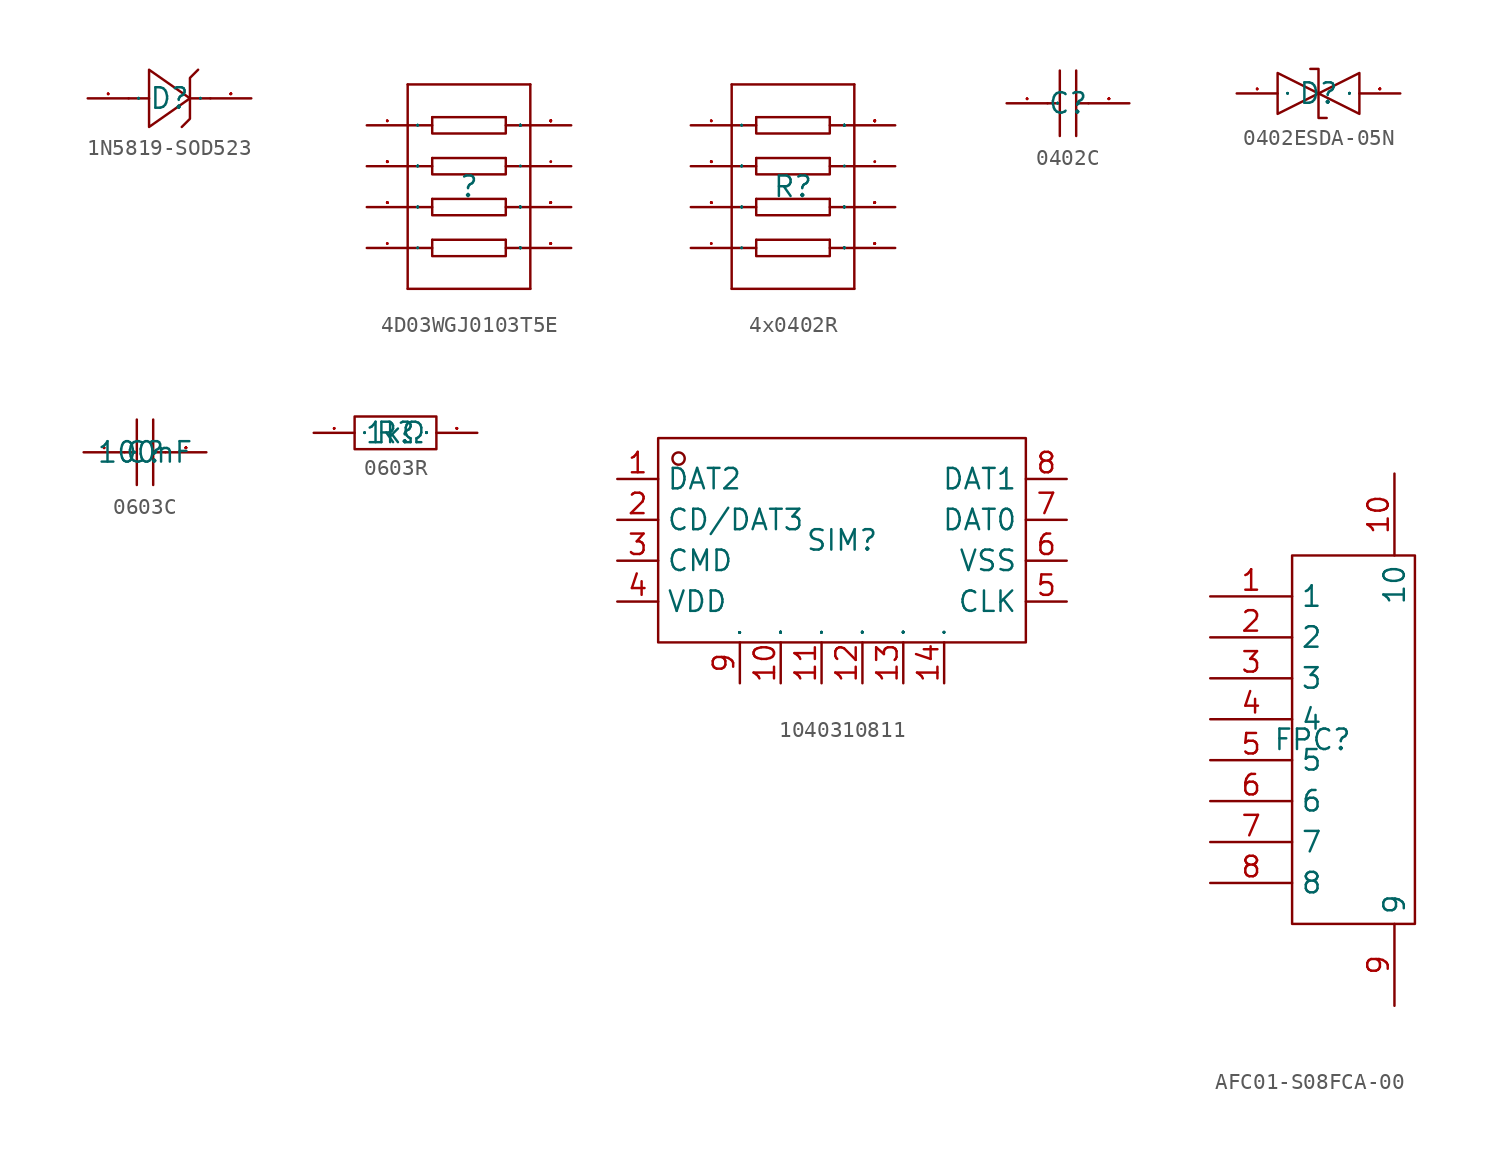
<source format=kicad_sym>
(kicad_symbol_lib
  (version 20231120)
  (generator "kicad_symbol_editor")
  (generator_version "8.0")
  (symbol "1N5819-SOD523"
    (property "Reference" "D"
      (at 0 0 0)
      (effects (font (size 1.27 1.27))))
    (symbol "1N5819-SOD523_1_0"
      (polyline (pts (xy -2.54 0) (xy -1.27 0)) (stroke (width 0) (type default)) (fill (type none)))
      (polyline (pts (xy 1.27 0) (xy 2.54 0)) (stroke (width 0) (type default)) (fill (type none)))
      (polyline (pts (xy -1.27 -1.778) (xy 1.27 0) (xy 1.27 0) (xy -1.27 1.778) (xy -1.27 1.778) (xy -1.27 -1.778)) (stroke (width 0) (type default)) (fill (type none)))
      (polyline (pts (xy 0.762 -1.778) (xy 1.27 -1.27) (xy 1.27 -1.27) (xy 1.27 1.27) (xy 1.27 1.27) (xy 1.778 1.778)) (stroke (width 0) (type default)) (fill (type none)))
      (pin unspecified line (at -5.08 0 0) (length 2.54) (name "A" (effects (font (size 0.025 0.025)))) (number "1" (effects (font (size 0.025 0.025)))))
      (pin unspecified line (at 5.08 0 180) (length 2.54) (name "K" (effects (font (size 0.025 0.025)))) (number "2" (effects (font (size 0.025 0.025)))))))
  (symbol "4D03WGJ0103T5E"
    (property "Reference" ""
      (at 0 0 0)
      (effects (font (size 1.27 1.27))))
    (symbol "4D03WGJ0103T5E_1_0"
      (polyline (pts (xy -3.81 -6.35) (xy 3.81 -6.35)) (stroke (width 0) (type default)) (fill (type none)))
      (polyline (pts (xy -3.81 -3.81) (xy -2.286 -3.81)) (stroke (width 0) (type default)) (fill (type none)))
      (polyline (pts (xy -3.81 -1.27) (xy -2.286 -1.27)) (stroke (width 0) (type default)) (fill (type none)))
      (polyline (pts (xy -3.81 1.27) (xy -2.286 1.27)) (stroke (width 0) (type default)) (fill (type none)))
      (polyline (pts (xy -3.81 3.81) (xy -2.286 3.81)) (stroke (width 0) (type default)) (fill (type none)))
      (polyline (pts (xy -3.81 6.35) (xy -3.81 -6.35)) (stroke (width 0) (type default)) (fill (type none)))
      (polyline (pts (xy -3.81 6.35) (xy 3.81 6.35)) (stroke (width 0) (type default)) (fill (type none)))
      (polyline (pts (xy -2.286 -3.302) (xy 2.286 -3.302)) (stroke (width 0) (type default)) (fill (type none)))
      (polyline (pts (xy -2.286 -0.762) (xy 2.286 -0.762)) (stroke (width 0) (type default)) (fill (type none)))
      (polyline (pts (xy -2.286 1.778) (xy 2.286 1.778)) (stroke (width 0) (type default)) (fill (type none)))
      (polyline (pts (xy -2.286 4.318) (xy 2.286 4.318)) (stroke (width 0) (type default)) (fill (type none)))
      (polyline (pts (xy 2.286 -3.81) (xy 3.81 -3.81)) (stroke (width 0) (type default)) (fill (type none)))
      (polyline (pts (xy 2.286 -1.27) (xy 3.81 -1.27)) (stroke (width 0) (type default)) (fill (type none)))
      (polyline (pts (xy 2.286 1.27) (xy 3.81 1.27)) (stroke (width 0) (type default)) (fill (type none)))
      (polyline (pts (xy 2.286 3.81) (xy 3.81 3.81)) (stroke (width 0) (type default)) (fill (type none)))
      (polyline (pts (xy 3.81 6.35) (xy 3.81 -6.35)) (stroke (width 0) (type default)) (fill (type none)))
      (polyline (pts (xy -2.286 -3.302) (xy -2.286 -4.318) (xy 2.286 -4.318) (xy 2.286 -3.302)) (stroke (width 0) (type default)) (fill (type none)))
      (polyline (pts (xy -2.286 -0.762) (xy -2.286 -1.778) (xy 2.286 -1.778) (xy 2.286 -0.762)) (stroke (width 0) (type default)) (fill (type none)))
      (polyline (pts (xy -2.286 1.778) (xy -2.286 0.762) (xy 2.286 0.762) (xy 2.286 1.778)) (stroke (width 0) (type default)) (fill (type none)))
      (polyline (pts (xy -2.286 4.318) (xy -2.286 3.302) (xy 2.286 3.302) (xy 2.286 4.318)) (stroke (width 0) (type default)) (fill (type none)))
      (pin input line (at -6.35 3.81 0) (length 2.54) (name "1" (effects (font (size 0.025 0.025)))) (number "1" (effects (font (size 0.025 0.025)))))
      (pin input line (at -6.35 1.27 0) (length 2.54) (name "2" (effects (font (size 0.025 0.025)))) (number "2" (effects (font (size 0.025 0.025)))))
      (pin input line (at -6.35 -1.27 0) (length 2.54) (name "3" (effects (font (size 0.025 0.025)))) (number "3" (effects (font (size 0.025 0.025)))))
      (pin input line (at -6.35 -3.81 0) (length 2.54) (name "4" (effects (font (size 0.025 0.025)))) (number "4" (effects (font (size 0.025 0.025)))))
      (pin input line (at 6.35 -3.81 180) (length 2.54) (name "5" (effects (font (size 0.025 0.025)))) (number "5" (effects (font (size 0.025 0.025)))))
      (pin input line (at 6.35 -1.27 180) (length 2.54) (name "6" (effects (font (size 0.025 0.025)))) (number "6" (effects (font (size 0.025 0.025)))))
      (pin input line (at 6.35 1.27 180) (length 2.54) (name "7" (effects (font (size 0.025 0.025)))) (number "7" (effects (font (size 0.025 0.025)))))
      (pin input line (at 6.35 3.81 180) (length 2.54) (name "8" (effects (font (size 0.025 0.025)))) (number "8" (effects (font (size 0.025 0.025)))))))
  (symbol "4x0402R"
    (property "Reference" "R"
      (at 0 0 0)
      (effects (font (size 1.27 1.27))))
    (symbol "4x0402R_1_0"
      (polyline (pts (xy -3.81 -6.35) (xy 3.81 -6.35)) (stroke (width 0) (type default)) (fill (type none)))
      (polyline (pts (xy -3.81 -3.81) (xy -2.286 -3.81)) (stroke (width 0) (type default)) (fill (type none)))
      (polyline (pts (xy -3.81 -1.27) (xy -2.286 -1.27)) (stroke (width 0) (type default)) (fill (type none)))
      (polyline (pts (xy -3.81 1.27) (xy -2.286 1.27)) (stroke (width 0) (type default)) (fill (type none)))
      (polyline (pts (xy -3.81 3.81) (xy -2.286 3.81)) (stroke (width 0) (type default)) (fill (type none)))
      (polyline (pts (xy -3.81 6.35) (xy -3.81 -6.35)) (stroke (width 0) (type default)) (fill (type none)))
      (polyline (pts (xy -3.81 6.35) (xy 3.81 6.35)) (stroke (width 0) (type default)) (fill (type none)))
      (polyline (pts (xy -2.286 -3.302) (xy 2.286 -3.302)) (stroke (width 0) (type default)) (fill (type none)))
      (polyline (pts (xy -2.286 -0.762) (xy 2.286 -0.762)) (stroke (width 0) (type default)) (fill (type none)))
      (polyline (pts (xy -2.286 1.778) (xy 2.286 1.778)) (stroke (width 0) (type default)) (fill (type none)))
      (polyline (pts (xy -2.286 4.318) (xy 2.286 4.318)) (stroke (width 0) (type default)) (fill (type none)))
      (polyline (pts (xy 2.286 -3.81) (xy 3.81 -3.81)) (stroke (width 0) (type default)) (fill (type none)))
      (polyline (pts (xy 2.286 -1.27) (xy 3.81 -1.27)) (stroke (width 0) (type default)) (fill (type none)))
      (polyline (pts (xy 2.286 1.27) (xy 3.81 1.27)) (stroke (width 0) (type default)) (fill (type none)))
      (polyline (pts (xy 2.286 3.81) (xy 3.81 3.81)) (stroke (width 0) (type default)) (fill (type none)))
      (polyline (pts (xy 3.81 6.35) (xy 3.81 -6.35)) (stroke (width 0) (type default)) (fill (type none)))
      (polyline (pts (xy -2.286 -3.302) (xy -2.286 -4.318) (xy 2.286 -4.318) (xy 2.286 -3.302)) (stroke (width 0) (type default)) (fill (type none)))
      (polyline (pts (xy -2.286 -0.762) (xy -2.286 -1.778) (xy 2.286 -1.778) (xy 2.286 -0.762)) (stroke (width 0) (type default)) (fill (type none)))
      (polyline (pts (xy -2.286 1.778) (xy -2.286 0.762) (xy 2.286 0.762) (xy 2.286 1.778)) (stroke (width 0) (type default)) (fill (type none)))
      (polyline (pts (xy -2.286 4.318) (xy -2.286 3.302) (xy 2.286 3.302) (xy 2.286 4.318)) (stroke (width 0) (type default)) (fill (type none)))
      (pin input line (at -6.35 3.81 0) (length 2.54) (name "1" (effects (font (size 0.025 0.025)))) (number "1" (effects (font (size 0.025 0.025)))))
      (pin input line (at -6.35 1.27 0) (length 2.54) (name "2" (effects (font (size 0.025 0.025)))) (number "2" (effects (font (size 0.025 0.025)))))
      (pin input line (at -6.35 -1.27 0) (length 2.54) (name "3" (effects (font (size 0.025 0.025)))) (number "3" (effects (font (size 0.025 0.025)))))
      (pin input line (at -6.35 -3.81 0) (length 2.54) (name "4" (effects (font (size 0.025 0.025)))) (number "4" (effects (font (size 0.025 0.025)))))
      (pin input line (at 6.35 -3.81 180) (length 2.54) (name "5" (effects (font (size 0.025 0.025)))) (number "5" (effects (font (size 0.025 0.025)))))
      (pin input line (at 6.35 -1.27 180) (length 2.54) (name "6" (effects (font (size 0.025 0.025)))) (number "6" (effects (font (size 0.025 0.025)))))
      (pin input line (at 6.35 1.27 180) (length 2.54) (name "7" (effects (font (size 0.025 0.025)))) (number "7" (effects (font (size 0.025 0.025)))))
      (pin input line (at 6.35 3.81 180) (length 2.54) (name "8" (effects (font (size 0.025 0.025)))) (number "8" (effects (font (size 0.025 0.025)))))))
  (symbol "0402C"
    (property "Reference" "C"
      (at 0 0 0)
      (effects (font (size 1.27 1.27))))
    (symbol "0402C_1_0"
      (polyline (pts (xy -1.27 0) (xy -0.508 0)) (stroke (width 0) (type default)) (fill (type none)))
      (polyline (pts (xy -0.508 2.032) (xy -0.508 -2.032)) (stroke (width 0) (type default)) (fill (type none)))
      (polyline (pts (xy 0.508 0) (xy 1.27 0)) (stroke (width 0) (type default)) (fill (type none)))
      (polyline (pts (xy 0.508 2.032) (xy 0.508 -2.032)) (stroke (width 0) (type default)) (fill (type none)))
      (pin input line (at -3.81 0 0) (length 2.54) (name "1" (effects (font (size 0.025 0.025)))) (number "1" (effects (font (size 0.025 0.025)))))
      (pin input line (at 3.81 0 180) (length 2.54) (name "2" (effects (font (size 0.025 0.025)))) (number "2" (effects (font (size 0.025 0.025)))))))
  (symbol "0402ESDA-05N"
    (property "Reference" "D"
      (at 0 0 0)
      (effects (font (size 1.27 1.27))))
    (property "Value" ""
      (at 0 0 0)
      (effects (font (size 1.27 1.27))))
    (symbol "0402ESDA-05N_1_0"
      (polyline (pts (xy -2.54 1.27) (xy 0 0) (xy 0 0) (xy -2.54 -1.27) (xy -2.54 -1.27) (xy -2.54 1.27)) (stroke (width 0) (type default)) (fill (type none)))
      (polyline (pts (xy 2.54 1.27) (xy 0 0) (xy 0 0) (xy 2.54 -1.27) (xy 2.54 -1.27) (xy 2.54 1.27)) (stroke (width 0) (type default)) (fill (type none)))
      (polyline (pts (xy -0.508 1.524) (xy -0.508 1.524) (xy -0.508 1.524) (xy 0 1.524) (xy 0 1.524) (xy 0 -1.524) (xy 0 -1.524) (xy 0.508 -1.524) (xy 0.508 -1.524) (xy 0.508 -1.524)) (stroke (width 0) (type default)) (fill (type none)))
      (pin unspecified line (at -5.08 0 0) (length 2.54) (name "1" (effects (font (size 0.025 0.025)))) (number "1" (effects (font (size 0.025 0.025)))))
      (pin unspecified line (at 5.08 0 180) (length 2.54) (name "2" (effects (font (size 0.025 0.025)))) (number "2" (effects (font (size 0.025 0.025)))))))
  (symbol "0603C"
    (property "Reference" "C"
      (at 0 0 0)
      (effects (font (size 1.27 1.27))))
    (property "Value" "100nF"
      (at 0 0 0)
      (effects (font (size 1.27 1.27))))
    (symbol "0603C_1_0"
      (polyline (pts (xy -1.27 0) (xy -0.508 0)) (stroke (width 0) (type default)) (fill (type none)))
      (polyline (pts (xy -0.508 2.032) (xy -0.508 -2.032)) (stroke (width 0) (type default)) (fill (type none)))
      (polyline (pts (xy 0.508 0) (xy 1.27 0)) (stroke (width 0) (type default)) (fill (type none)))
      (polyline (pts (xy 0.508 2.032) (xy 0.508 -2.032)) (stroke (width 0) (type default)) (fill (type none)))
      (pin input line (at -3.81 0 0) (length 2.54) (name "1" (effects (font (size 0.025 0.025)))) (number "1" (effects (font (size 0.025 0.025)))))
      (pin input line (at 3.81 0 180) (length 2.54) (name "2" (effects (font (size 0.025 0.025)))) (number "2" (effects (font (size 0.025 0.025)))))))
  (symbol "0603R"
    (property "Reference" "R"
      (at 0 0 0)
      (effects (font (size 1.27 1.27))))
    (property "Value" "1kΩ"
      (at 0 0 0)
      (effects (font (size 1.27 1.27))))
    (symbol "0603R_1_0"
      (rectangle (start -2.54 -1.016) (end 2.54 1.016) (stroke (width 0) (type default)) (fill (type none)))
      (pin input line (at -5.08 0 0) (length 2.54) (name "1" (effects (font (size 0.025 0.025)))) (number "1" (effects (font (size 0.025 0.025)))))
      (pin input line (at 5.08 0 180) (length 2.54) (name "2" (effects (font (size 0.025 0.025)))) (number "2" (effects (font (size 0.025 0.025)))))))
  (symbol "1040310811"
    (property "Reference" "SIM"
      (at 0 0 0)
      (effects (font (size 1.27 1.27))))
    (property "Value" ""
      (at 0 0 0)
      (effects (font (size 1.27 1.27))))
    (symbol "1040310811_1_0"
      (rectangle (start -11.43 -6.35) (end 11.43 6.35) (stroke (width 0) (type default)) (fill (type none)))
      (circle (center -10.16 5.08) (radius 0.381) (stroke (width 0) (type default)) (fill (type none)))
      (pin unspecified line (at -13.97 3.81 0) (length 2.54) (name "DAT2" (effects (font (size 1.27 1.27)))) (number "1" (effects (font (size 1.27 1.27)))))
      (pin unspecified line (at -3.81 -8.89 90) (length 2.54) (name "10" (effects (font (size 0.025 0.025)))) (number "10" (effects (font (size 1.27 1.27)))))
      (pin unspecified line (at -1.27 -8.89 90) (length 2.54) (name "11" (effects (font (size 0.025 0.025)))) (number "11" (effects (font (size 1.27 1.27)))))
      (pin unspecified line (at 1.27 -8.89 90) (length 2.54) (name "12" (effects (font (size 0.025 0.025)))) (number "12" (effects (font (size 1.27 1.27)))))
      (pin unspecified line (at 3.81 -8.89 90) (length 2.54) (name "13" (effects (font (size 0.025 0.025)))) (number "13" (effects (font (size 1.27 1.27)))))
      (pin unspecified line (at 6.35 -8.89 90) (length 2.54) (name "14" (effects (font (size 0.025 0.025)))) (number "14" (effects (font (size 1.27 1.27)))))
      (pin unspecified line (at -13.97 1.27 0) (length 2.54) (name "CD/DAT3" (effects (font (size 1.27 1.27)))) (number "2" (effects (font (size 1.27 1.27)))))
      (pin unspecified line (at -13.97 -1.27 0) (length 2.54) (name "CMD" (effects (font (size 1.27 1.27)))) (number "3" (effects (font (size 1.27 1.27)))))
      (pin unspecified line (at -13.97 -3.81 0) (length 2.54) (name "VDD" (effects (font (size 1.27 1.27)))) (number "4" (effects (font (size 1.27 1.27)))))
      (pin unspecified line (at 13.97 -3.81 180) (length 2.54) (name "CLK" (effects (font (size 1.27 1.27)))) (number "5" (effects (font (size 1.27 1.27)))))
      (pin unspecified line (at 13.97 -1.27 180) (length 2.54) (name "VSS" (effects (font (size 1.27 1.27)))) (number "6" (effects (font (size 1.27 1.27)))))
      (pin unspecified line (at 13.97 1.27 180) (length 2.54) (name "DAT0" (effects (font (size 1.27 1.27)))) (number "7" (effects (font (size 1.27 1.27)))))
      (pin unspecified line (at 13.97 3.81 180) (length 2.54) (name "DAT1" (effects (font (size 1.27 1.27)))) (number "8" (effects (font (size 1.27 1.27)))))
      (pin unspecified line (at -6.35 -8.89 90) (length 2.54) (name "9" (effects (font (size 0.025 0.025)))) (number "9" (effects (font (size 1.27 1.27)))))))
  (symbol "AFC01-S08FCA-00"
    (property "Reference" "FPC"
      (at 0 0 0)
      (effects (font (size 1.27 1.27))))
    (property "Value" ""
      (at 0 0 0)
      (effects (font (size 1.27 1.27))))
    (symbol "AFC01-S08FCA-00_1_0"
      (rectangle (start -1.27 -11.43) (end 6.35 11.43) (stroke (width 0) (type default)) (fill (type none)))
      (pin input line (at -6.35 8.89 0) (length 5.08) (name "1" (effects (font (size 1.27 1.27)))) (number "1" (effects (font (size 1.27 1.27)))))
      (pin input line (at 5.08 16.51 270) (length 5.08) (name "10" (effects (font (size 1.27 1.27)))) (number "10" (effects (font (size 1.27 1.27)))))
      (pin input line (at -6.35 6.35 0) (length 5.08) (name "2" (effects (font (size 1.27 1.27)))) (number "2" (effects (font (size 1.27 1.27)))))
      (pin input line (at -6.35 3.81 0) (length 5.08) (name "3" (effects (font (size 1.27 1.27)))) (number "3" (effects (font (size 1.27 1.27)))))
      (pin input line (at -6.35 1.27 0) (length 5.08) (name "4" (effects (font (size 1.27 1.27)))) (number "4" (effects (font (size 1.27 1.27)))))
      (pin input line (at -6.35 -1.27 0) (length 5.08) (name "5" (effects (font (size 1.27 1.27)))) (number "5" (effects (font (size 1.27 1.27)))))
      (pin input line (at -6.35 -3.81 0) (length 5.08) (name "6" (effects (font (size 1.27 1.27)))) (number "6" (effects (font (size 1.27 1.27)))))
      (pin input line (at -6.35 -6.35 0) (length 5.08) (name "7" (effects (font (size 1.27 1.27)))) (number "7" (effects (font (size 1.27 1.27)))))
      (pin input line (at -6.35 -8.89 0) (length 5.08) (name "8" (effects (font (size 1.27 1.27)))) (number "8" (effects (font (size 1.27 1.27)))))
      (pin input line (at 5.08 -16.51 90) (length 5.08) (name "9" (effects (font (size 1.27 1.27)))) (number "9" (effects (font (size 1.27 1.27))))))))
</source>
